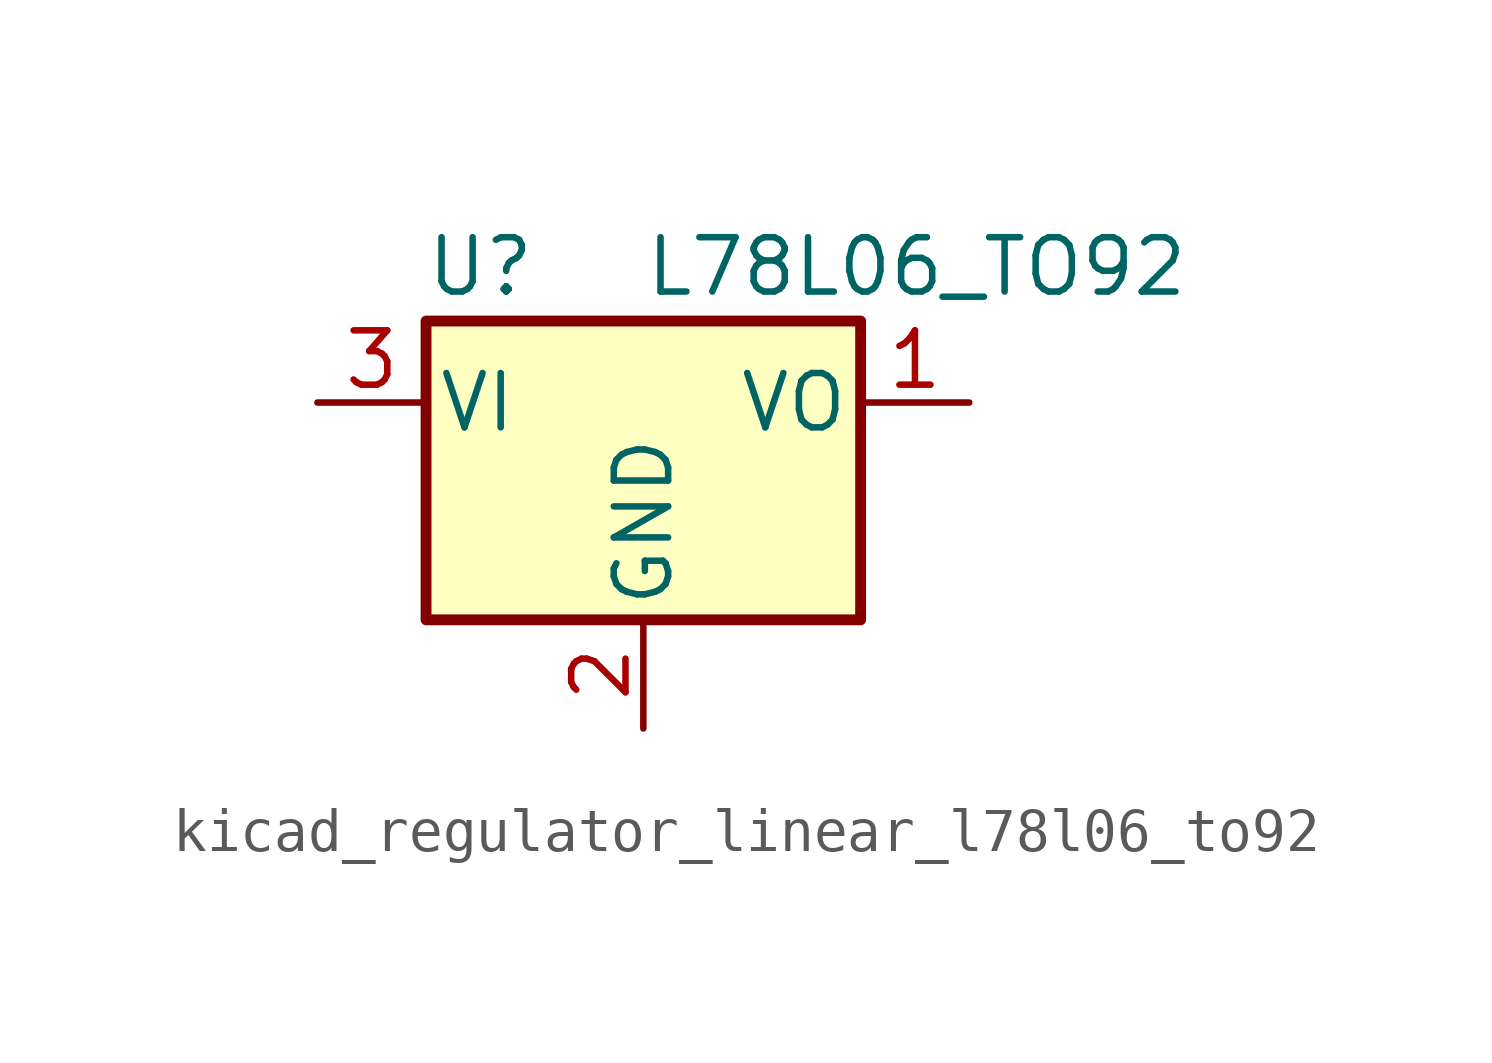
<source format=kicad_sym>
(kicad_symbol_lib
  (version 20220914)
  (generator kicad_symbol_editor)
  (symbol "kicad_regulator_linear_l78l06_to92"
    (pin_names
      (offset 0.254))
    (property "Reference" "U"
      (at -3.81 3.175 0)
      (effects (font (size 1.27 1.27))))
    (property "Value" "L78L06_TO92"
      (at 0 3.175 0)
      (effects (font (size 1.27 1.27)) (justify left)))
    (symbol "kicad_regulator_linear_l78l06_to92_0_1"
      (rectangle (start -5.08 -5.08) (end 5.08 1.905) (stroke (width 0.254) (type default)) (fill (type background))))
    (symbol "kicad_regulator_linear_l78l06_to92_1_1"
      (pin power_out line (at 7.62 0 180) (length 2.54) (name "VO" (effects (font (size 1.27 1.27)))) (number "1" (effects (font (size 1.27 1.27)))))
      (pin power_in line (at 0 -7.62 90) (length 2.54) (name "GND" (effects (font (size 1.27 1.27)))) (number "2" (effects (font (size 1.27 1.27)))))
      (pin power_in line (at -7.62 0 0) (length 2.54) (name "VI" (effects (font (size 1.27 1.27)))) (number "3" (effects (font (size 1.27 1.27))))))))
</source>
